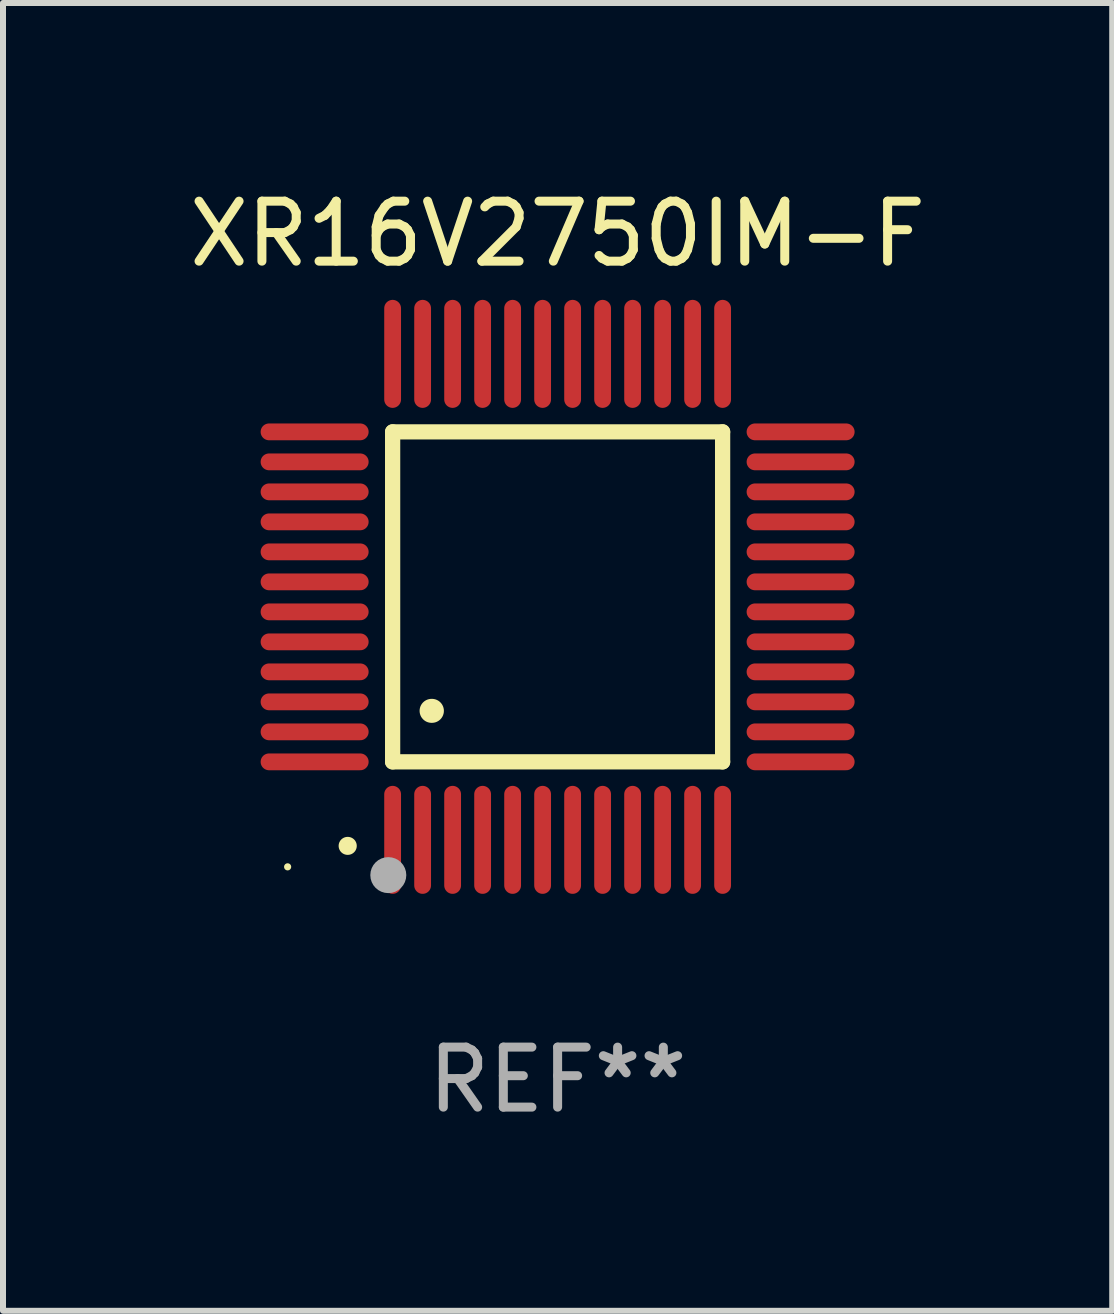
<source format=kicad_pcb>
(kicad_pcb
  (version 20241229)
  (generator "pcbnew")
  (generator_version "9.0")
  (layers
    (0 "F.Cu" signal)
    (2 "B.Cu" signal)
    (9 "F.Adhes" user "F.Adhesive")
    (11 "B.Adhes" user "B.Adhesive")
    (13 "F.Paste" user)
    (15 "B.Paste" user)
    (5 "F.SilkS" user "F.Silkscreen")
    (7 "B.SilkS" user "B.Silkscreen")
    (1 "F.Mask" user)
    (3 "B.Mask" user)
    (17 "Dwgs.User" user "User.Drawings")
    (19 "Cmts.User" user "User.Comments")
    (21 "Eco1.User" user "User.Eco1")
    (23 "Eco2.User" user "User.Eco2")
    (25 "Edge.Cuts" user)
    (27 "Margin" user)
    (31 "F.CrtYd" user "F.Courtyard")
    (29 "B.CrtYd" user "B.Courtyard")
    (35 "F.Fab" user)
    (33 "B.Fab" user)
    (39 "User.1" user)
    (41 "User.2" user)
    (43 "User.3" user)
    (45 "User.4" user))
  (footprint "XR16V2750IM-F"
    (layer "F.Cu")
    (at 6.244 6.898)
    (property "Reference" "XR16V2750IM-F" (at 0 -6.05 0) (layer "F.SilkS") (effects (font (size 1 1) (thickness 0.15))))
    (attr through_hole)
    (fp_line (start -2.75 -2.75) (end 2.75 -2.75) (stroke (width 0.254) (type solid)) (layer "F.SilkS"))
    (fp_line (start -2.75 2.75) (end -2.75 -2.75) (stroke (width 0.254) (type solid)) (layer "F.SilkS"))
    (fp_line (start 2.75 -2.75) (end 2.75 2.75) (stroke (width 0.254) (type solid)) (layer "F.SilkS"))
    (fp_line (start 2.75 2.75) (end -2.75 2.75) (stroke (width 0.254) (type solid)) (layer "F.SilkS"))
    (fp_arc (start -3.500127 4.150368) (mid -3.498857 4.150363) (end -3.497587 4.150368) (stroke (width 0.3) (type solid)) (layer "F.SilkS"))
    (fp_arc (start -2.100584 1.899924) (mid -2.098044 1.899908) (end -2.095504 1.899924) (stroke (width 0.4) (type solid)) (layer "F.SilkS"))
    (fp_circle (center -4.5 4.5) (end -4.47 4.5) (stroke (width 0.06) (type solid)) (fill no) (layer "F.SilkS"))
    (fp_circle (center -2.822 4.638) (end -2.672 4.638) (stroke (width 0.3) (type solid)) (fill no) (layer "F.Fab"))
    (fp_text user "REF**" (at 0 8.05 0) (layer "F.Fab") (effects (font (size 1 1) (thickness 0.15))))
    (pad "1" smd oval (at -2.75 4.05) (size 0.28 1.8) (layers "F.Cu" "F.Mask" "F.Paste"))
    (pad "2" smd oval (at -2.25 4.05) (size 0.28 1.8) (layers "F.Cu" "F.Mask" "F.Paste"))
    (pad "3" smd oval (at -1.75 4.05) (size 0.28 1.8) (layers "F.Cu" "F.Mask" "F.Paste"))
    (pad "4" smd oval (at -1.25 4.05) (size 0.28 1.8) (layers "F.Cu" "F.Mask" "F.Paste"))
    (pad "5" smd oval (at -0.75 4.05) (size 0.28 1.8) (layers "F.Cu" "F.Mask" "F.Paste"))
    (pad "6" smd oval (at -0.25 4.05) (size 0.28 1.8) (layers "F.Cu" "F.Mask" "F.Paste"))
    (pad "7" smd oval (at 0.25 4.05) (size 0.28 1.8) (layers "F.Cu" "F.Mask" "F.Paste"))
    (pad "8" smd oval (at 0.75 4.05) (size 0.28 1.8) (layers "F.Cu" "F.Mask" "F.Paste"))
    (pad "9" smd oval (at 1.25 4.05) (size 0.28 1.8) (layers "F.Cu" "F.Mask" "F.Paste"))
    (pad "10" smd oval (at 1.75 4.05) (size 0.28 1.8) (layers "F.Cu" "F.Mask" "F.Paste"))
    (pad "11" smd oval (at 2.25 4.05) (size 0.28 1.8) (layers "F.Cu" "F.Mask" "F.Paste"))
    (pad "12" smd oval (at 2.75 4.05) (size 0.28 1.8) (layers "F.Cu" "F.Mask" "F.Paste"))
    (pad "13" smd oval (at 4.05 2.75) (size 1.8 0.28) (layers "F.Cu" "F.Mask" "F.Paste"))
    (pad "14" smd oval (at 4.05 2.25) (size 1.8 0.28) (layers "F.Cu" "F.Mask" "F.Paste"))
    (pad "15" smd oval (at 4.05 1.75) (size 1.8 0.28) (layers "F.Cu" "F.Mask" "F.Paste"))
    (pad "16" smd oval (at 4.05 1.25) (size 1.8 0.28) (layers "F.Cu" "F.Mask" "F.Paste"))
    (pad "17" smd oval (at 4.05 0.75) (size 1.8 0.28) (layers "F.Cu" "F.Mask" "F.Paste"))
    (pad "18" smd oval (at 4.05 0.25) (size 1.8 0.28) (layers "F.Cu" "F.Mask" "F.Paste"))
    (pad "19" smd oval (at 4.05 -0.25) (size 1.8 0.28) (layers "F.Cu" "F.Mask" "F.Paste"))
    (pad "20" smd oval (at 4.05 -0.75) (size 1.8 0.28) (layers "F.Cu" "F.Mask" "F.Paste"))
    (pad "21" smd oval (at 4.05 -1.25) (size 1.8 0.28) (layers "F.Cu" "F.Mask" "F.Paste"))
    (pad "22" smd oval (at 4.05 -1.75) (size 1.8 0.28) (layers "F.Cu" "F.Mask" "F.Paste"))
    (pad "23" smd oval (at 4.05 -2.25) (size 1.8 0.28) (layers "F.Cu" "F.Mask" "F.Paste"))
    (pad "24" smd oval (at 4.05 -2.75) (size 1.8 0.28) (layers "F.Cu" "F.Mask" "F.Paste"))
    (pad "25" smd oval (at 2.75 -4.05) (size 0.28 1.8) (layers "F.Cu" "F.Mask" "F.Paste"))
    (pad "26" smd oval (at 2.25 -4.05) (size 0.28 1.8) (layers "F.Cu" "F.Mask" "F.Paste"))
    (pad "27" smd oval (at 1.75 -4.05) (size 0.28 1.8) (layers "F.Cu" "F.Mask" "F.Paste"))
    (pad "28" smd oval (at 1.25 -4.05) (size 0.28 1.8) (layers "F.Cu" "F.Mask" "F.Paste"))
    (pad "29" smd oval (at 0.75 -4.05) (size 0.28 1.8) (layers "F.Cu" "F.Mask" "F.Paste"))
    (pad "30" smd oval (at 0.25 -4.05) (size 0.28 1.8) (layers "F.Cu" "F.Mask" "F.Paste"))
    (pad "31" smd oval (at -0.25 -4.05) (size 0.28 1.8) (layers "F.Cu" "F.Mask" "F.Paste"))
    (pad "32" smd oval (at -0.75 -4.05) (size 0.28 1.8) (layers "F.Cu" "F.Mask" "F.Paste"))
    (pad "33" smd oval (at -1.25 -4.05) (size 0.28 1.8) (layers "F.Cu" "F.Mask" "F.Paste"))
    (pad "34" smd oval (at -1.75 -4.05) (size 0.28 1.8) (layers "F.Cu" "F.Mask" "F.Paste"))
    (pad "35" smd oval (at -2.25 -4.05) (size 0.28 1.8) (layers "F.Cu" "F.Mask" "F.Paste"))
    (pad "36" smd oval (at -2.75 -4.05) (size 0.28 1.8) (layers "F.Cu" "F.Mask" "F.Paste"))
    (pad "37" smd oval (at -4.05 -2.75) (size 1.8 0.28) (layers "F.Cu" "F.Mask" "F.Paste"))
    (pad "38" smd oval (at -4.05 -2.25) (size 1.8 0.28) (layers "F.Cu" "F.Mask" "F.Paste"))
    (pad "39" smd oval (at -4.05 -1.75) (size 1.8 0.28) (layers "F.Cu" "F.Mask" "F.Paste"))
    (pad "40" smd oval (at -4.05 -1.25) (size 1.8 0.28) (layers "F.Cu" "F.Mask" "F.Paste"))
    (pad "41" smd oval (at -4.05 -0.75) (size 1.8 0.28) (layers "F.Cu" "F.Mask" "F.Paste"))
    (pad "42" smd oval (at -4.05 -0.25) (size 1.8 0.28) (layers "F.Cu" "F.Mask" "F.Paste"))
    (pad "43" smd oval (at -4.05 0.25) (size 1.8 0.28) (layers "F.Cu" "F.Mask" "F.Paste"))
    (pad "44" smd oval (at -4.05 0.75) (size 1.8 0.28) (layers "F.Cu" "F.Mask" "F.Paste"))
    (pad "45" smd oval (at -4.05 1.25) (size 1.8 0.28) (layers "F.Cu" "F.Mask" "F.Paste"))
    (pad "46" smd oval (at -4.05 1.75) (size 1.8 0.28) (layers "F.Cu" "F.Mask" "F.Paste"))
    (pad "47" smd oval (at -4.05 2.25) (size 1.8 0.28) (layers "F.Cu" "F.Mask" "F.Paste"))
    (pad "48" smd oval (at -4.05 2.75) (size 1.8 0.28) (layers "F.Cu" "F.Mask" "F.Paste")))
  (gr_rect
    (start -3 -3)
    (end 15.488 18.797)
    (stroke (width 0.1) (type default))
    (fill no)
    (layer "Edge.Cuts")))
</source>
